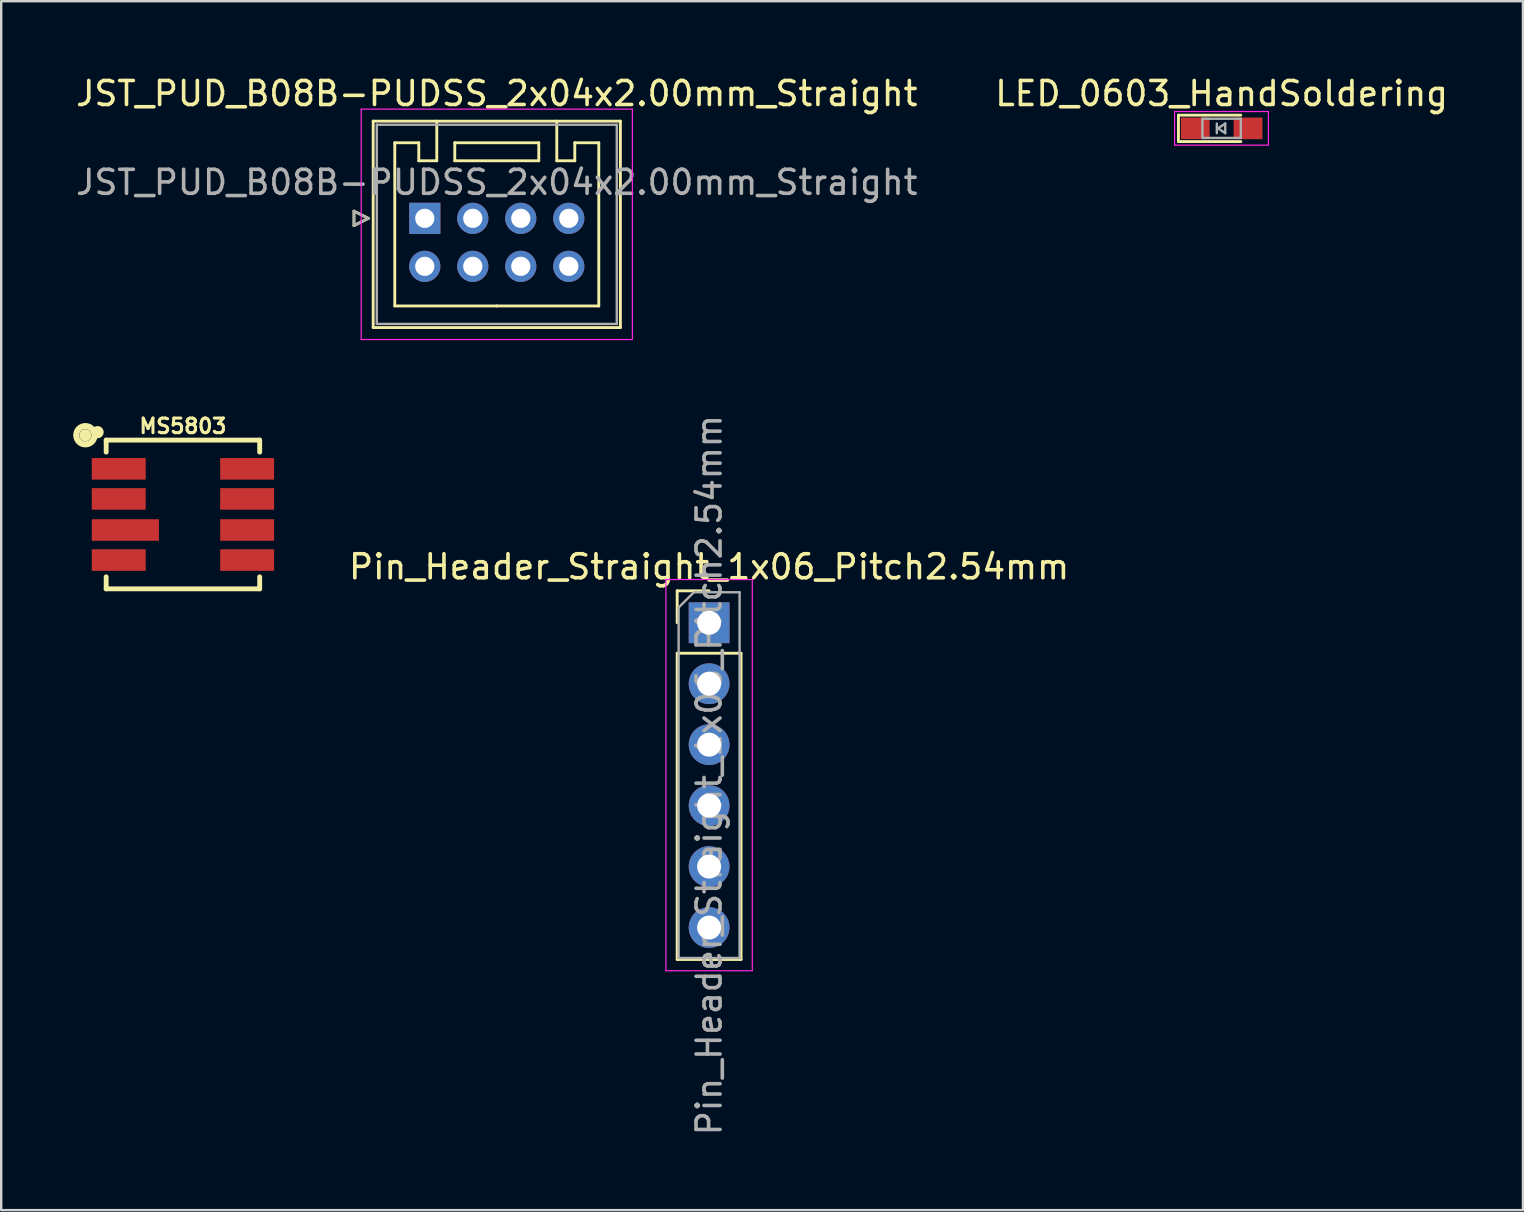
<source format=kicad_pcb>
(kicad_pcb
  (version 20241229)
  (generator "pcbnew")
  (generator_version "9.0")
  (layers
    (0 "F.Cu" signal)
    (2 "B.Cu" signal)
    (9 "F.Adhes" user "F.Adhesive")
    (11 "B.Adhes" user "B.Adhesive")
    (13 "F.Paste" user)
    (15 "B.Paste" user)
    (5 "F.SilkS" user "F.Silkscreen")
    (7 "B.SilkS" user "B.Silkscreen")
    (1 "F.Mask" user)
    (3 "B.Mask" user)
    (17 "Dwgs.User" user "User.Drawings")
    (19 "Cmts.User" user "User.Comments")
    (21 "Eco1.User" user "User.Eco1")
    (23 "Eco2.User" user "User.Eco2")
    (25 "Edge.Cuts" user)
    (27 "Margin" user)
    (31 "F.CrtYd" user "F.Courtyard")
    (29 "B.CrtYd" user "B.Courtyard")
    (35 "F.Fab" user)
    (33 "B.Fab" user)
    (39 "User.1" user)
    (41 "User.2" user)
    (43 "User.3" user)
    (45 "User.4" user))
  (footprint "Pin_Header_Straight_1x06_Pitch2.54mm"
    (layer "F.Cu")
    (at 26.496 22.898)
    (property "Reference" "Pin_Header_Straight_1x06_Pitch2.54mm" (at 0 -2.33 0) (layer "F.SilkS") (effects (font (size 1 1) (thickness 0.15))))
    (attr through_hole)
    (fp_line (start -1.33 -1.33) (end 0 -1.33) (stroke (width 0.12) (type solid)) (layer "F.SilkS"))
    (fp_line (start -1.33 0) (end -1.33 -1.33) (stroke (width 0.12) (type solid)) (layer "F.SilkS"))
    (fp_line (start -1.33 1.27) (end -1.33 14.03) (stroke (width 0.12) (type solid)) (layer "F.SilkS"))
    (fp_line (start -1.33 1.27) (end 1.33 1.27) (stroke (width 0.12) (type solid)) (layer "F.SilkS"))
    (fp_line (start -1.33 14.03) (end 1.33 14.03) (stroke (width 0.12) (type solid)) (layer "F.SilkS"))
    (fp_line (start 1.33 1.27) (end 1.33 14.03) (stroke (width 0.12) (type solid)) (layer "F.SilkS"))
    (fp_line (start -1.8 -1.8) (end -1.8 14.5) (stroke (width 0.05) (type solid)) (layer "F.CrtYd"))
    (fp_line (start -1.8 14.5) (end 1.8 14.5) (stroke (width 0.05) (type solid)) (layer "F.CrtYd"))
    (fp_line (start 1.8 -1.8) (end -1.8 -1.8) (stroke (width 0.05) (type solid)) (layer "F.CrtYd"))
    (fp_line (start 1.8 14.5) (end 1.8 -1.8) (stroke (width 0.05) (type solid)) (layer "F.CrtYd"))
    (fp_line (start -1.27 -0.635) (end -0.635 -1.27) (stroke (width 0.1) (type solid)) (layer "F.Fab"))
    (fp_line (start -1.27 13.97) (end -1.27 -0.635) (stroke (width 0.1) (type solid)) (layer "F.Fab"))
    (fp_line (start -0.635 -1.27) (end 1.27 -1.27) (stroke (width 0.1) (type solid)) (layer "F.Fab"))
    (fp_line (start 1.27 -1.27) (end 1.27 13.97) (stroke (width 0.1) (type solid)) (layer "F.Fab"))
    (fp_line (start 1.27 13.97) (end -1.27 13.97) (stroke (width 0.1) (type solid)) (layer "F.Fab"))
    (fp_text user "${REFERENCE}" (at 0 6.35 90) (layer "F.Fab") (effects (font (size 1 1) (thickness 0.15))))
    (pad "1" thru_hole rect (at 0 0) (size 1.7 1.7) (drill 1) (layers "*.Cu" "*.Mask"))
    (pad "2" thru_hole oval (at 0 2.54) (size 1.7 1.7) (drill 1) (layers "*.Cu" "*.Mask"))
    (pad "3" thru_hole oval (at 0 5.08) (size 1.7 1.7) (drill 1) (layers "*.Cu" "*.Mask"))
    (pad "4" thru_hole oval (at 0 7.62) (size 1.7 1.7) (drill 1) (layers "*.Cu" "*.Mask"))
    (pad "5" thru_hole oval (at 0 10.16) (size 1.7 1.7) (drill 1) (layers "*.Cu" "*.Mask"))
    (pad "6" thru_hole oval (at 0 12.7) (size 1.7 1.7) (drill 1) (layers "*.Cu" "*.Mask")))
  (footprint "LED_0603_HandSoldering"
    (layer "F.Cu")
    (at 47.851 2.298)
    (property "Reference" "LED_0603_HandSoldering" (at 0 -1.45 0) (layer "F.SilkS") (effects (font (size 1 1) (thickness 0.15))))
    (attr smd)
    (fp_line (start -1.8 -0.55) (end -1.8 0.55) (stroke (width 0.12) (type solid)) (layer "F.SilkS"))
    (fp_line (start -1.8 -0.55) (end 0.8 -0.55) (stroke (width 0.12) (type solid)) (layer "F.SilkS"))
    (fp_line (start -1.8 0.55) (end 0.8 0.55) (stroke (width 0.12) (type solid)) (layer "F.SilkS"))
    (fp_line (start -1.96 -0.7) (end -1.96 0.7) (stroke (width 0.05) (type solid)) (layer "F.CrtYd"))
    (fp_line (start -1.96 -0.7) (end 1.95 -0.7) (stroke (width 0.05) (type solid)) (layer "F.CrtYd"))
    (fp_line (start 1.95 0.7) (end -1.96 0.7) (stroke (width 0.05) (type solid)) (layer "F.CrtYd"))
    (fp_line (start 1.95 0.7) (end 1.95 -0.7) (stroke (width 0.05) (type solid)) (layer "F.CrtYd"))
    (fp_line (start -0.8 -0.4) (end -0.8 0.4) (stroke (width 0.1) (type solid)) (layer "F.Fab"))
    (fp_line (start -0.8 -0.4) (end 0.8 -0.4) (stroke (width 0.1) (type solid)) (layer "F.Fab"))
    (fp_line (start -0.2 -0.2) (end -0.2 0.2) (stroke (width 0.1) (type solid)) (layer "F.Fab"))
    (fp_line (start -0.15 0) (end 0.15 -0.2) (stroke (width 0.1) (type solid)) (layer "F.Fab"))
    (fp_line (start 0.15 -0.2) (end 0.15 0.2) (stroke (width 0.1) (type solid)) (layer "F.Fab"))
    (fp_line (start 0.15 0.2) (end -0.15 0) (stroke (width 0.1) (type solid)) (layer "F.Fab"))
    (fp_line (start 0.8 -0.4) (end 0.8 0.4) (stroke (width 0.1) (type solid)) (layer "F.Fab"))
    (fp_line (start 0.8 0.4) (end -0.8 0.4) (stroke (width 0.1) (type solid)) (layer "F.Fab"))
    (pad "1" smd rect (at -1.1 0) (size 1.2 0.9) (layers "F.Cu" "F.Mask" "F.Paste"))
    (pad "2" smd rect (at 1.1 0) (size 1.2 0.9) (layers "F.Cu" "F.Mask" "F.Paste")))
  (footprint "JST_PUD_B08B-PUDSS_2x04x2.00mm_Straight"
    (layer "F.Cu")
    (at 14.649 6.048)
    (property "Reference" "JST_PUD_B08B-PUDSS_2x04x2.00mm_Straight" (at 3 -5.2 0) (layer "F.SilkS") (effects (font (size 1 1) (thickness 0.15))))
    (attr through_hole)
    (fp_line (start -2.95 -0.3) (end -2.35 0) (stroke (width 0.12) (type solid)) (layer "F.SilkS"))
    (fp_line (start -2.95 0.3) (end -2.95 -0.3) (stroke (width 0.12) (type solid)) (layer "F.SilkS"))
    (fp_line (start -2.35 0) (end -2.95 0.3) (stroke (width 0.12) (type solid)) (layer "F.SilkS"))
    (fp_line (start -2.15 -4.05) (end -2.15 4.55) (stroke (width 0.12) (type solid)) (layer "F.SilkS"))
    (fp_line (start -2.15 4.55) (end 8.15 4.55) (stroke (width 0.12) (type solid)) (layer "F.SilkS"))
    (fp_line (start -1.25 -3.15) (end -1.25 3.65) (stroke (width 0.12) (type solid)) (layer "F.SilkS"))
    (fp_line (start -1.25 3.65) (end 3 3.65) (stroke (width 0.12) (type solid)) (layer "F.SilkS"))
    (fp_line (start -0.25 -3.15) (end -1.25 -3.15) (stroke (width 0.12) (type solid)) (layer "F.SilkS"))
    (fp_line (start -0.25 -2.4) (end -0.25 -3.15) (stroke (width 0.12) (type solid)) (layer "F.SilkS"))
    (fp_line (start 0.5 -4.05) (end 0.5 -2.4) (stroke (width 0.12) (type solid)) (layer "F.SilkS"))
    (fp_line (start 0.5 -2.4) (end -0.25 -2.4) (stroke (width 0.12) (type solid)) (layer "F.SilkS"))
    (fp_line (start 1.25 -3.15) (end 1.25 -2.4) (stroke (width 0.12) (type solid)) (layer "F.SilkS"))
    (fp_line (start 1.25 -2.4) (end 4.75 -2.4) (stroke (width 0.12) (type solid)) (layer "F.SilkS"))
    (fp_line (start 4.75 -3.15) (end 1.25 -3.15) (stroke (width 0.12) (type solid)) (layer "F.SilkS"))
    (fp_line (start 4.75 -2.4) (end 4.75 -3.15) (stroke (width 0.12) (type solid)) (layer "F.SilkS"))
    (fp_line (start 5.5 -4.05) (end 5.5 -2.4) (stroke (width 0.12) (type solid)) (layer "F.SilkS"))
    (fp_line (start 5.5 -2.4) (end 6.25 -2.4) (stroke (width 0.12) (type solid)) (layer "F.SilkS"))
    (fp_line (start 6.25 -3.15) (end 7.25 -3.15) (stroke (width 0.12) (type solid)) (layer "F.SilkS"))
    (fp_line (start 6.25 -2.4) (end 6.25 -3.15) (stroke (width 0.12) (type solid)) (layer "F.SilkS"))
    (fp_line (start 7.25 -3.15) (end 7.25 3.65) (stroke (width 0.12) (type solid)) (layer "F.SilkS"))
    (fp_line (start 7.25 3.65) (end 3 3.65) (stroke (width 0.12) (type solid)) (layer "F.SilkS"))
    (fp_line (start 8.15 -4.05) (end -2.15 -4.05) (stroke (width 0.12) (type solid)) (layer "F.SilkS"))
    (fp_line (start 8.15 4.55) (end 8.15 -4.05) (stroke (width 0.12) (type solid)) (layer "F.SilkS"))
    (fp_line (start -2.65 -4.55) (end -2.65 5.05) (stroke (width 0.05) (type solid)) (layer "F.CrtYd"))
    (fp_line (start -2.65 5.05) (end 8.65 5.05) (stroke (width 0.05) (type solid)) (layer "F.CrtYd"))
    (fp_line (start 8.65 -4.55) (end -2.65 -4.55) (stroke (width 0.05) (type solid)) (layer "F.CrtYd"))
    (fp_line (start 8.65 5.05) (end 8.65 -4.55) (stroke (width 0.05) (type solid)) (layer "F.CrtYd"))
    (fp_line (start -2.95 -0.3) (end -2.35 0) (stroke (width 0.1) (type solid)) (layer "F.Fab"))
    (fp_line (start -2.95 0.3) (end -2.95 -0.3) (stroke (width 0.1) (type solid)) (layer "F.Fab"))
    (fp_line (start -2.35 0) (end -2.95 0.3) (stroke (width 0.1) (type solid)) (layer "F.Fab"))
    (fp_line (start -2 -3.9) (end -2 4.4) (stroke (width 0.1) (type solid)) (layer "F.Fab"))
    (fp_line (start -2 4.4) (end 8 4.4) (stroke (width 0.1) (type solid)) (layer "F.Fab"))
    (fp_line (start 8 -3.9) (end -2 -3.9) (stroke (width 0.1) (type solid)) (layer "F.Fab"))
    (fp_line (start 8 4.4) (end 8 -3.9) (stroke (width 0.1) (type solid)) (layer "F.Fab"))
    (fp_text user "${REFERENCE}" (at 3 -1.5 0) (layer "F.Fab") (effects (font (size 1 1) (thickness 0.15))))
    (pad "1" thru_hole rect (at 0 0) (size 1.3 1.3) (drill 0.8) (layers "*.Cu" "*.Mask"))
    (pad "2" thru_hole circle (at 0 2) (size 1.3 1.3) (drill 0.8) (layers "*.Cu" "*.Mask"))
    (pad "3" thru_hole circle (at 2 0) (size 1.3 1.3) (drill 0.8) (layers "*.Cu" "*.Mask"))
    (pad "4" thru_hole circle (at 2 2) (size 1.3 1.3) (drill 0.8) (layers "*.Cu" "*.Mask"))
    (pad "5" thru_hole circle (at 4 0) (size 1.3 1.3) (drill 0.8) (layers "*.Cu" "*.Mask"))
    (pad "6" thru_hole circle (at 4 2) (size 1.3 1.3) (drill 0.8) (layers "*.Cu" "*.Mask"))
    (pad "7" thru_hole circle (at 6 0) (size 1.3 1.3) (drill 0.8) (layers "*.Cu" "*.Mask"))
    (pad "8" thru_hole circle (at 6 2) (size 1.3 1.3) (drill 0.8) (layers "*.Cu" "*.Mask")))
  (footprint "MS5803"
    (layer "F.Cu")
    (at 4.572 18.386)
    (property "Reference" "MS5803" (at 0 -3.683 0) (layer "F.SilkS") (effects (font (size 0.61 0.61) (thickness 0.127))))
    (attr smd)
    (fp_line (start -3.198 -3.099) (end -3.198 -2.598) (stroke (width 0.203) (type solid)) (layer "F.SilkS"))
    (fp_line (start -3.198 -3.099) (end 3.198 -3.099) (stroke (width 0.203) (type solid)) (layer "F.SilkS"))
    (fp_line (start -3.198 3.099) (end -3.198 2.598) (stroke (width 0.203) (type solid)) (layer "F.SilkS"))
    (fp_line (start 3.198 -3.099) (end 3.198 -2.598) (stroke (width 0.203) (type solid)) (layer "F.SilkS"))
    (fp_line (start 3.198 3.099) (end -3.198 3.099) (stroke (width 0.203) (type solid)) (layer "F.SilkS"))
    (fp_line (start 3.198 3.099) (end 3.198 2.598) (stroke (width 0.203) (type solid)) (layer "F.SilkS"))
    (fp_circle (center -4.064 -3.302) (end -3.937 -3.302) (stroke (width 0.254) (type solid)) (fill no) (layer "F.SilkS"))
    (fp_circle (center -4.064 -3.302) (end -3.683 -3.302) (stroke (width 0.254) (type solid)) (fill no) (layer "F.SilkS"))
    (fp_circle (center -3.556 -3.429) (end -3.556 -3.683) (stroke (width 0) (type solid)) (fill yes) (layer "F.SilkS"))
    (pad "1" smd rect (at -2.675 -1.9 90) (size 0.899 2.248) (layers "F.Cu" "F.Mask" "F.Paste"))
    (pad "2" smd rect (at -2.675 -0.648 90) (size 0.899 2.248) (layers "F.Cu" "F.Mask" "F.Paste"))
    (pad "3" smd rect (at -2.398 0.648 90) (size 0.899 2.799) (layers "F.Cu" "F.Mask" "F.Paste"))
    (pad "4" smd rect (at -2.675 1.9 90) (size 0.899 2.248) (layers "F.Cu" "F.Mask" "F.Paste"))
    (pad "5" smd rect (at 2.675 1.9 90) (size 0.899 2.248) (layers "F.Cu" "F.Mask" "F.Paste"))
    (pad "6" smd rect (at 2.675 0.648 90) (size 0.899 2.248) (layers "F.Cu" "F.Mask" "F.Paste"))
    (pad "7" smd rect (at 2.675 -0.648 90) (size 0.899 2.248) (layers "F.Cu" "F.Mask" "F.Paste"))
    (pad "8" smd rect (at 2.675 -1.9 90) (size 0.899 2.248) (layers "F.Cu" "F.Mask" "F.Paste")))
  (gr_rect
    (start -3 -3)
    (end 60.405 47.373)
    (stroke (width 0.1) (type default))
    (fill no)
    (layer "Edge.Cuts")))
</source>
